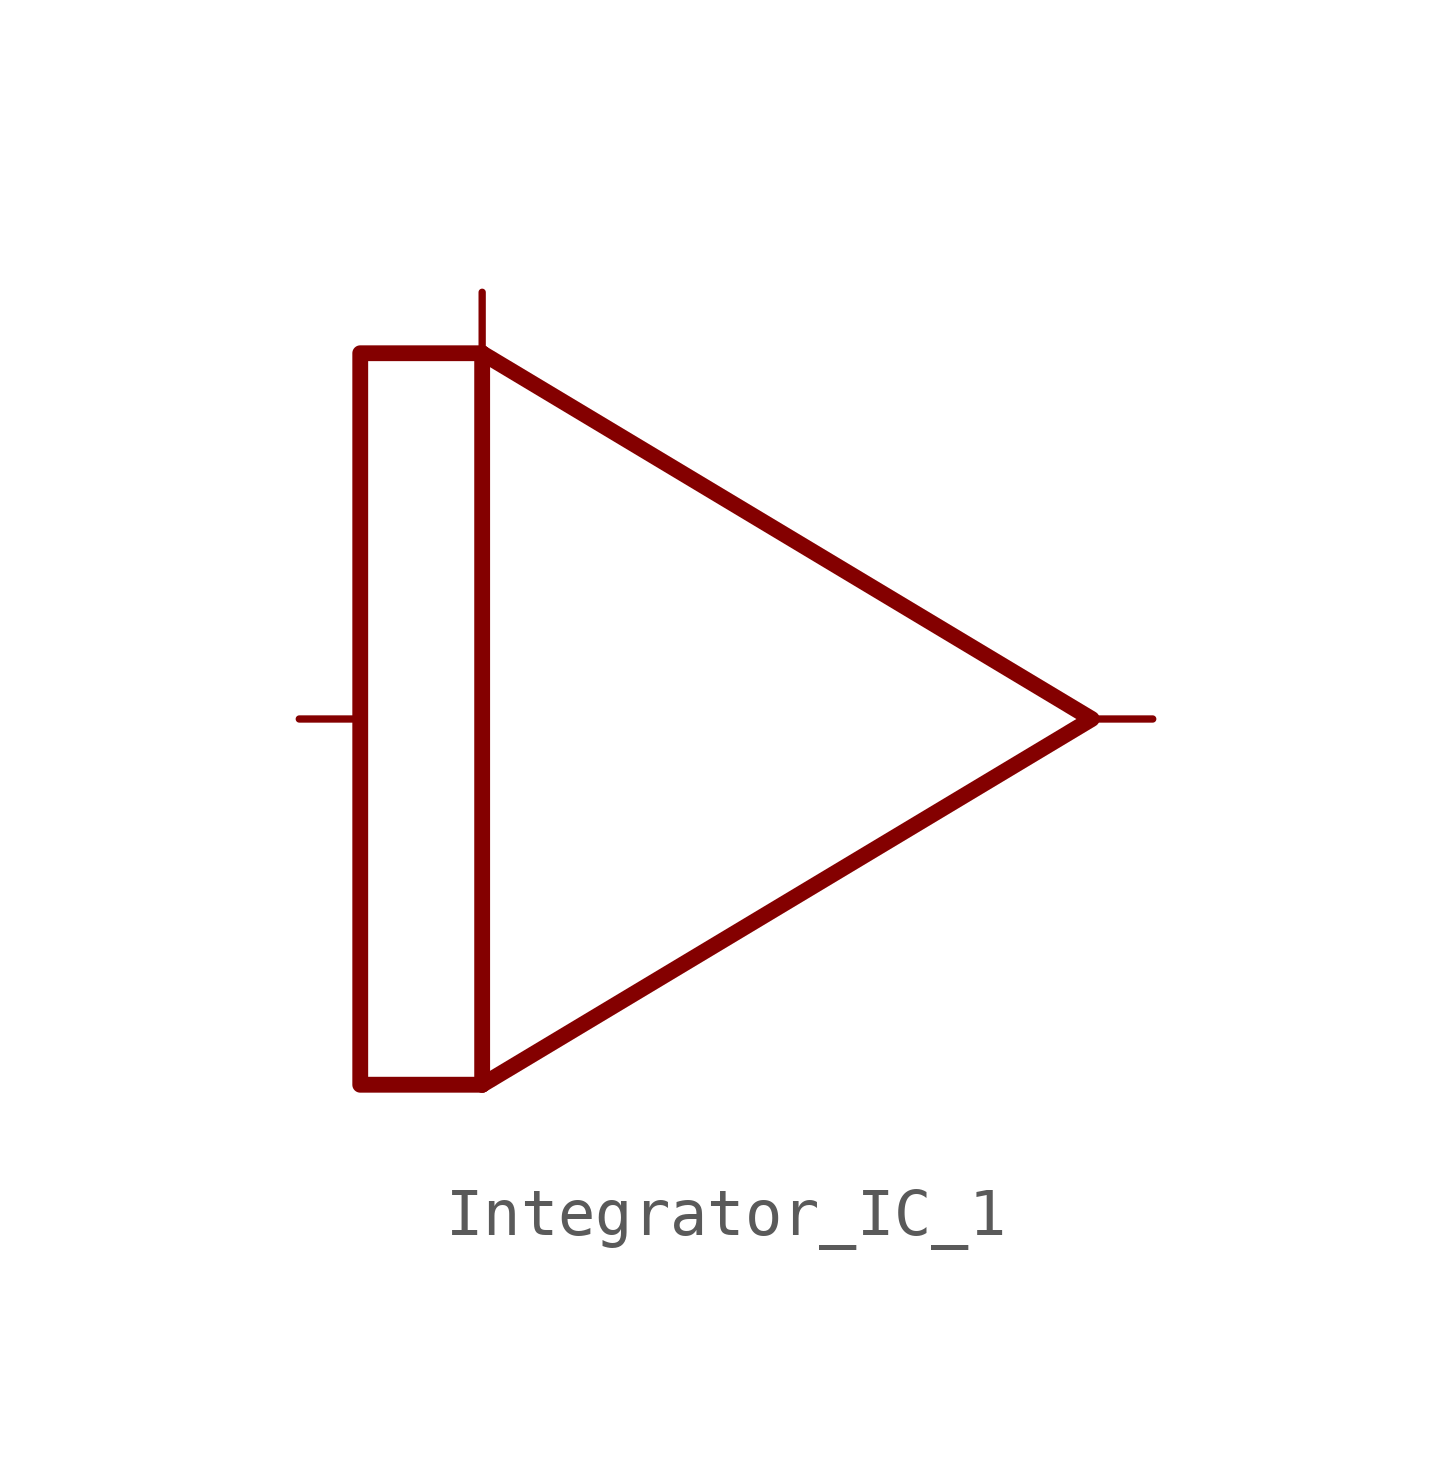
<source format=kicad_sym>
(kicad_symbol_lib
  (version 20211014)
  (generator kicad_symbol_editor)
  (symbol "Integrator_IC_1"
    (property "Reference" "U"
      (at 5.08 15.24 0)
      (effects (font (size 1.27 1.27)) hide))
    (symbol "Integrator_IC_1_0_0"
      (polyline (pts (xy -6.35 7.62) (xy -8.89 7.62) (xy -8.89 -7.62) (xy -6.35 -7.62)) (stroke (width 0.33) (type default) (color 0 0 0 0)) (fill (type none))))
    (symbol "Integrator_IC_1_0_1"
      (polyline (pts (xy -6.35 -7.62) (xy -6.35 7.62)) (stroke (width 0.33) (type default) (color 0 0 0 0)) (fill (type none)))
      (polyline (pts (xy -6.35 7.62) (xy 6.35 0) (xy -6.35 -7.62)) (stroke (width 0.33) (type default) (color 0 0 0 0)) (fill (type none))))
    (symbol "Integrator_IC_1_1_1"
      (pin input line (at -10.16 0 0) (length 1.27) (name "" (effects (font (size 1.27 1.27)))) (number "" (effects (font (size 1.27 1.27)))))
      (pin input line (at -6.35 8.89 270) (length 1.27) (name "" (effects (font (size 1.27 1.27)))) (number "" (effects (font (size 1.27 1.27)))))
      (pin output line (at 7.62 0 180) (length 1.27) (name "" (effects (font (size 1.27 1.27)))) (number "" (effects (font (size 1.27 1.27))))))))
</source>
